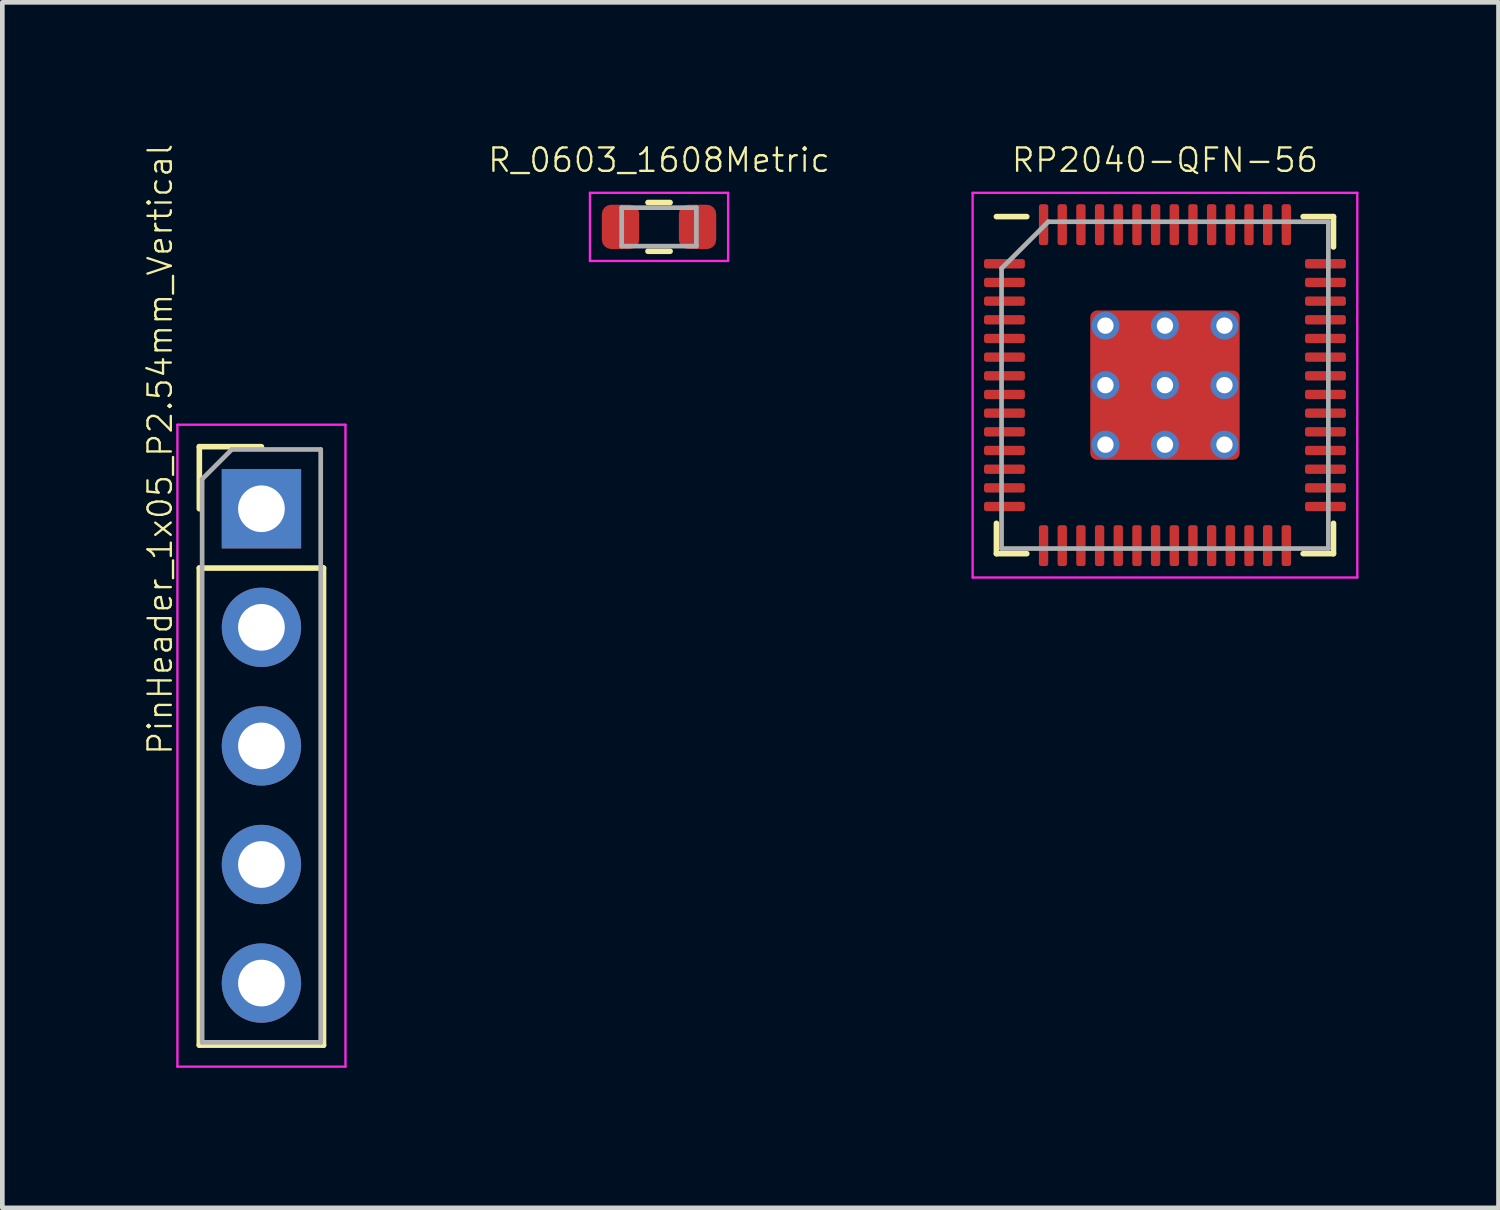
<source format=kicad_pcb>
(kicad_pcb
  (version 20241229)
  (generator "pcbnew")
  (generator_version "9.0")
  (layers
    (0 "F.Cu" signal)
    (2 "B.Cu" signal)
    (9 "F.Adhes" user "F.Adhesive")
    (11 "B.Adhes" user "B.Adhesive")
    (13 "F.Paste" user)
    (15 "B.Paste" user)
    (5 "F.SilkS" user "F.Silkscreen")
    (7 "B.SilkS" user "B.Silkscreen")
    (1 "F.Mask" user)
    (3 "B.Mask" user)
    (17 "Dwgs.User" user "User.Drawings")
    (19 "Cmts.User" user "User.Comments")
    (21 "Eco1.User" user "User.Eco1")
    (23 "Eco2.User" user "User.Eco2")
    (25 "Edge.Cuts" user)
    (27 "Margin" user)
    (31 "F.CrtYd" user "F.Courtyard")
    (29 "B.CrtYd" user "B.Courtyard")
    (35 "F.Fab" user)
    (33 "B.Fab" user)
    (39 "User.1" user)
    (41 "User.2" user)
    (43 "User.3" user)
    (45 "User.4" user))
  (footprint "RP2040-QFN-56"
    (layer "F.Cu")
    (at 21.904 5.2)
    (property "Reference" "RP2040-QFN-56" (at 0 -4.82 0) (layer "F.SilkS") (effects (font (size 0.5 0.5) (thickness 0.05))))
    (attr smd)
    (fp_line (start -3.61 3.61) (end -3.61 2.96) (stroke (width 0.12) (type solid)) (layer "F.SilkS"))
    (fp_line (start -2.96 -3.61) (end -3.61 -3.61) (stroke (width 0.12) (type solid)) (layer "F.SilkS"))
    (fp_line (start -2.96 3.61) (end -3.61 3.61) (stroke (width 0.12) (type solid)) (layer "F.SilkS"))
    (fp_line (start 2.96 -3.61) (end 3.61 -3.61) (stroke (width 0.12) (type solid)) (layer "F.SilkS"))
    (fp_line (start 2.96 3.61) (end 3.61 3.61) (stroke (width 0.12) (type solid)) (layer "F.SilkS"))
    (fp_line (start 3.61 -3.61) (end 3.61 -2.96) (stroke (width 0.12) (type solid)) (layer "F.SilkS"))
    (fp_line (start 3.61 3.61) (end 3.61 2.96) (stroke (width 0.12) (type solid)) (layer "F.SilkS"))
    (fp_line (start -4.12 -4.12) (end -4.12 4.12) (stroke (width 0.05) (type solid)) (layer "F.CrtYd"))
    (fp_line (start -4.12 4.12) (end 4.12 4.12) (stroke (width 0.05) (type solid)) (layer "F.CrtYd"))
    (fp_line (start 4.12 -4.12) (end -4.12 -4.12) (stroke (width 0.05) (type solid)) (layer "F.CrtYd"))
    (fp_line (start 4.12 4.12) (end 4.12 -4.12) (stroke (width 0.05) (type solid)) (layer "F.CrtYd"))
    (fp_line (start -3.5 -2.5) (end -2.5 -3.5) (stroke (width 0.1) (type solid)) (layer "F.Fab"))
    (fp_line (start -3.5 3.5) (end -3.5 -2.5) (stroke (width 0.1) (type solid)) (layer "F.Fab"))
    (fp_line (start -2.5 -3.5) (end 3.5 -3.5) (stroke (width 0.1) (type solid)) (layer "F.Fab"))
    (fp_line (start 3.5 -3.5) (end 3.5 3.5) (stroke (width 0.1) (type solid)) (layer "F.Fab"))
    (fp_line (start 3.5 3.5) (end -3.5 3.5) (stroke (width 0.1) (type solid)) (layer "F.Fab"))
    (pad "" smd roundrect (at -0.637 -0.637) (size 1.084 1.084) (layers "F.Paste") (roundrect_rratio 0.231))
    (pad "" smd roundrect (at -0.637 0.637) (size 1.084 1.084) (layers "F.Paste") (roundrect_rratio 0.231))
    (pad "" smd roundrect (at 0.637 -0.637) (size 1.084 1.084) (layers "F.Paste") (roundrect_rratio 0.231))
    (pad "" smd roundrect (at 0.637 0.637) (size 1.084 1.084) (layers "F.Paste") (roundrect_rratio 0.231))
    (pad "1" smd roundrect (at -3.438 -2.6) (size 0.875 0.2) (layers "F.Cu" "F.Mask" "F.Paste") (roundrect_rratio 0.25))
    (pad "2" smd roundrect (at -3.438 -2.2) (size 0.875 0.2) (layers "F.Cu" "F.Mask" "F.Paste") (roundrect_rratio 0.25))
    (pad "3" smd roundrect (at -3.438 -1.8) (size 0.875 0.2) (layers "F.Cu" "F.Mask" "F.Paste") (roundrect_rratio 0.25))
    (pad "4" smd roundrect (at -3.438 -1.4) (size 0.875 0.2) (layers "F.Cu" "F.Mask" "F.Paste") (roundrect_rratio 0.25))
    (pad "5" smd roundrect (at -3.438 -1) (size 0.875 0.2) (layers "F.Cu" "F.Mask" "F.Paste") (roundrect_rratio 0.25))
    (pad "6" smd roundrect (at -3.438 -0.6) (size 0.875 0.2) (layers "F.Cu" "F.Mask" "F.Paste") (roundrect_rratio 0.25))
    (pad "7" smd roundrect (at -3.438 -0.2) (size 0.875 0.2) (layers "F.Cu" "F.Mask" "F.Paste") (roundrect_rratio 0.25))
    (pad "8" smd roundrect (at -3.438 0.2) (size 0.875 0.2) (layers "F.Cu" "F.Mask" "F.Paste") (roundrect_rratio 0.25))
    (pad "9" smd roundrect (at -3.438 0.6) (size 0.875 0.2) (layers "F.Cu" "F.Mask" "F.Paste") (roundrect_rratio 0.25))
    (pad "10" smd roundrect (at -3.438 1) (size 0.875 0.2) (layers "F.Cu" "F.Mask" "F.Paste") (roundrect_rratio 0.25))
    (pad "11" smd roundrect (at -3.438 1.4) (size 0.875 0.2) (layers "F.Cu" "F.Mask" "F.Paste") (roundrect_rratio 0.25))
    (pad "12" smd roundrect (at -3.438 1.8) (size 0.875 0.2) (layers "F.Cu" "F.Mask" "F.Paste") (roundrect_rratio 0.25))
    (pad "13" smd roundrect (at -3.438 2.2) (size 0.875 0.2) (layers "F.Cu" "F.Mask" "F.Paste") (roundrect_rratio 0.25))
    (pad "14" smd roundrect (at -3.438 2.6) (size 0.875 0.2) (layers "F.Cu" "F.Mask" "F.Paste") (roundrect_rratio 0.25))
    (pad "15" smd roundrect (at -2.6 3.438) (size 0.2 0.875) (layers "F.Cu" "F.Mask" "F.Paste") (roundrect_rratio 0.25))
    (pad "16" smd roundrect (at -2.2 3.438) (size 0.2 0.875) (layers "F.Cu" "F.Mask" "F.Paste") (roundrect_rratio 0.25))
    (pad "17" smd roundrect (at -1.8 3.438) (size 0.2 0.875) (layers "F.Cu" "F.Mask" "F.Paste") (roundrect_rratio 0.25))
    (pad "18" smd roundrect (at -1.4 3.438) (size 0.2 0.875) (layers "F.Cu" "F.Mask" "F.Paste") (roundrect_rratio 0.25))
    (pad "19" smd roundrect (at -1 3.438) (size 0.2 0.875) (layers "F.Cu" "F.Mask" "F.Paste") (roundrect_rratio 0.25))
    (pad "20" smd roundrect (at -0.6 3.438) (size 0.2 0.875) (layers "F.Cu" "F.Mask" "F.Paste") (roundrect_rratio 0.25))
    (pad "21" smd roundrect (at -0.2 3.438) (size 0.2 0.875) (layers "F.Cu" "F.Mask" "F.Paste") (roundrect_rratio 0.25))
    (pad "22" smd roundrect (at 0.2 3.438) (size 0.2 0.875) (layers "F.Cu" "F.Mask" "F.Paste") (roundrect_rratio 0.25))
    (pad "23" smd roundrect (at 0.6 3.438) (size 0.2 0.875) (layers "F.Cu" "F.Mask" "F.Paste") (roundrect_rratio 0.25))
    (pad "24" smd roundrect (at 1 3.438) (size 0.2 0.875) (layers "F.Cu" "F.Mask" "F.Paste") (roundrect_rratio 0.25))
    (pad "25" smd roundrect (at 1.4 3.438) (size 0.2 0.875) (layers "F.Cu" "F.Mask" "F.Paste") (roundrect_rratio 0.25))
    (pad "26" smd roundrect (at 1.8 3.438) (size 0.2 0.875) (layers "F.Cu" "F.Mask" "F.Paste") (roundrect_rratio 0.25))
    (pad "27" smd roundrect (at 2.2 3.438) (size 0.2 0.875) (layers "F.Cu" "F.Mask" "F.Paste") (roundrect_rratio 0.25))
    (pad "28" smd roundrect (at 2.6 3.438) (size 0.2 0.875) (layers "F.Cu" "F.Mask" "F.Paste") (roundrect_rratio 0.25))
    (pad "29" smd roundrect (at 3.438 2.6) (size 0.875 0.2) (layers "F.Cu" "F.Mask" "F.Paste") (roundrect_rratio 0.25))
    (pad "30" smd roundrect (at 3.438 2.2) (size 0.875 0.2) (layers "F.Cu" "F.Mask" "F.Paste") (roundrect_rratio 0.25))
    (pad "31" smd roundrect (at 3.438 1.8) (size 0.875 0.2) (layers "F.Cu" "F.Mask" "F.Paste") (roundrect_rratio 0.25))
    (pad "32" smd roundrect (at 3.438 1.4) (size 0.875 0.2) (layers "F.Cu" "F.Mask" "F.Paste") (roundrect_rratio 0.25))
    (pad "33" smd roundrect (at 3.438 1) (size 0.875 0.2) (layers "F.Cu" "F.Mask" "F.Paste") (roundrect_rratio 0.25))
    (pad "34" smd roundrect (at 3.438 0.6) (size 0.875 0.2) (layers "F.Cu" "F.Mask" "F.Paste") (roundrect_rratio 0.25))
    (pad "35" smd roundrect (at 3.438 0.2) (size 0.875 0.2) (layers "F.Cu" "F.Mask" "F.Paste") (roundrect_rratio 0.25))
    (pad "36" smd roundrect (at 3.438 -0.2) (size 0.875 0.2) (layers "F.Cu" "F.Mask" "F.Paste") (roundrect_rratio 0.25))
    (pad "37" smd roundrect (at 3.438 -0.6) (size 0.875 0.2) (layers "F.Cu" "F.Mask" "F.Paste") (roundrect_rratio 0.25))
    (pad "38" smd roundrect (at 3.438 -1) (size 0.875 0.2) (layers "F.Cu" "F.Mask" "F.Paste") (roundrect_rratio 0.25))
    (pad "39" smd roundrect (at 3.438 -1.4) (size 0.875 0.2) (layers "F.Cu" "F.Mask" "F.Paste") (roundrect_rratio 0.25))
    (pad "40" smd roundrect (at 3.438 -1.8) (size 0.875 0.2) (layers "F.Cu" "F.Mask" "F.Paste") (roundrect_rratio 0.25))
    (pad "41" smd roundrect (at 3.438 -2.2) (size 0.875 0.2) (layers "F.Cu" "F.Mask" "F.Paste") (roundrect_rratio 0.25))
    (pad "42" smd roundrect (at 3.438 -2.6) (size 0.875 0.2) (layers "F.Cu" "F.Mask" "F.Paste") (roundrect_rratio 0.25))
    (pad "43" smd roundrect (at 2.6 -3.438) (size 0.2 0.875) (layers "F.Cu" "F.Mask" "F.Paste") (roundrect_rratio 0.25))
    (pad "44" smd roundrect (at 2.2 -3.438) (size 0.2 0.875) (layers "F.Cu" "F.Mask" "F.Paste") (roundrect_rratio 0.25))
    (pad "45" smd roundrect (at 1.8 -3.438) (size 0.2 0.875) (layers "F.Cu" "F.Mask" "F.Paste") (roundrect_rratio 0.25))
    (pad "46" smd roundrect (at 1.4 -3.438) (size 0.2 0.875) (layers "F.Cu" "F.Mask" "F.Paste") (roundrect_rratio 0.25))
    (pad "47" smd roundrect (at 1 -3.438) (size 0.2 0.875) (layers "F.Cu" "F.Mask" "F.Paste") (roundrect_rratio 0.25))
    (pad "48" smd roundrect (at 0.6 -3.438) (size 0.2 0.875) (layers "F.Cu" "F.Mask" "F.Paste") (roundrect_rratio 0.25))
    (pad "49" smd roundrect (at 0.2 -3.438) (size 0.2 0.875) (layers "F.Cu" "F.Mask" "F.Paste") (roundrect_rratio 0.25))
    (pad "50" smd roundrect (at -0.2 -3.438) (size 0.2 0.875) (layers "F.Cu" "F.Mask" "F.Paste") (roundrect_rratio 0.25))
    (pad "51" smd roundrect (at -0.6 -3.438) (size 0.2 0.875) (layers "F.Cu" "F.Mask" "F.Paste") (roundrect_rratio 0.25))
    (pad "52" smd roundrect (at -1 -3.438) (size 0.2 0.875) (layers "F.Cu" "F.Mask" "F.Paste") (roundrect_rratio 0.25))
    (pad "53" smd roundrect (at -1.4 -3.438) (size 0.2 0.875) (layers "F.Cu" "F.Mask" "F.Paste") (roundrect_rratio 0.25))
    (pad "54" smd roundrect (at -1.8 -3.438) (size 0.2 0.875) (layers "F.Cu" "F.Mask" "F.Paste") (roundrect_rratio 0.25))
    (pad "55" smd roundrect (at -2.2 -3.438) (size 0.2 0.875) (layers "F.Cu" "F.Mask" "F.Paste") (roundrect_rratio 0.25))
    (pad "56" smd roundrect (at -2.6 -3.438) (size 0.2 0.875) (layers "F.Cu" "F.Mask" "F.Paste") (roundrect_rratio 0.25))
    (pad "57" thru_hole circle (at -1.275 -1.275) (size 0.6 0.6) (drill 0.35) (layers "*.Cu"))
    (pad "57" thru_hole circle (at -1.275 0) (size 0.6 0.6) (drill 0.35) (layers "*.Cu"))
    (pad "57" thru_hole circle (at -1.275 1.275) (size 0.6 0.6) (drill 0.35) (layers "*.Cu"))
    (pad "57" thru_hole circle (at 0 -1.275) (size 0.6 0.6) (drill 0.35) (layers "*.Cu"))
    (pad "57" thru_hole circle (at 0 0) (size 0.6 0.6) (drill 0.35) (layers "*.Cu"))
    (pad "57" smd roundrect (at 0 0) (size 3.2 3.2) (layers "F.Cu" "F.Mask") (roundrect_rratio 0.045))
    (pad "57" thru_hole circle (at 0 1.275) (size 0.6 0.6) (drill 0.35) (layers "*.Cu"))
    (pad "57" thru_hole circle (at 1.275 -1.275) (size 0.6 0.6) (drill 0.35) (layers "*.Cu"))
    (pad "57" thru_hole circle (at 1.275 0) (size 0.6 0.6) (drill 0.35) (layers "*.Cu"))
    (pad "57" thru_hole circle (at 1.275 1.275) (size 0.6 0.6) (drill 0.35) (layers "*.Cu")))
  (footprint "PinHeader_1x05_P2.54mm_Vertical"
    (layer "F.Cu")
    (at 2.55 7.848)
    (property "Reference" "PinHeader_1x05_P2.54mm_Vertical" (at -2.17 -1.275 90) (layer "F.SilkS") (effects (font (size 0.5 0.5) (thickness 0.05))))
    (attr through_hole exclude_from_bom)
    (fp_line (start -1.33 -1.33) (end 0 -1.33) (stroke (width 0.12) (type solid)) (layer "F.SilkS"))
    (fp_line (start -1.33 0) (end -1.33 -1.33) (stroke (width 0.12) (type solid)) (layer "F.SilkS"))
    (fp_line (start -1.33 1.27) (end -1.33 11.49) (stroke (width 0.12) (type solid)) (layer "F.SilkS"))
    (fp_line (start -1.33 1.27) (end 1.33 1.27) (stroke (width 0.12) (type solid)) (layer "F.SilkS"))
    (fp_line (start -1.33 11.49) (end 1.33 11.49) (stroke (width 0.12) (type solid)) (layer "F.SilkS"))
    (fp_line (start 1.33 1.27) (end 1.33 11.49) (stroke (width 0.12) (type solid)) (layer "F.SilkS"))
    (fp_line (start -1.8 -1.8) (end -1.8 11.95) (stroke (width 0.05) (type solid)) (layer "F.CrtYd"))
    (fp_line (start -1.8 11.95) (end 1.8 11.95) (stroke (width 0.05) (type solid)) (layer "F.CrtYd"))
    (fp_line (start 1.8 -1.8) (end -1.8 -1.8) (stroke (width 0.05) (type solid)) (layer "F.CrtYd"))
    (fp_line (start 1.8 11.95) (end 1.8 -1.8) (stroke (width 0.05) (type solid)) (layer "F.CrtYd"))
    (fp_line (start -1.27 -0.635) (end -0.635 -1.27) (stroke (width 0.1) (type solid)) (layer "F.Fab"))
    (fp_line (start -1.27 11.43) (end -1.27 -0.635) (stroke (width 0.1) (type solid)) (layer "F.Fab"))
    (fp_line (start -0.635 -1.27) (end 1.27 -1.27) (stroke (width 0.1) (type solid)) (layer "F.Fab"))
    (fp_line (start 1.27 -1.27) (end 1.27 11.43) (stroke (width 0.1) (type solid)) (layer "F.Fab"))
    (fp_line (start 1.27 11.43) (end -1.27 11.43) (stroke (width 0.1) (type solid)) (layer "F.Fab"))
    (pad "1" thru_hole rect (at 0 0) (size 1.7 1.7) (drill 1) (layers "*.Cu" "*.Mask"))
    (pad "2" thru_hole oval (at 0 2.54) (size 1.7 1.7) (drill 1) (layers "*.Cu" "*.Mask"))
    (pad "3" thru_hole oval (at 0 5.08) (size 1.7 1.7) (drill 1) (layers "*.Cu" "*.Mask"))
    (pad "4" thru_hole oval (at 0 7.62) (size 1.7 1.7) (drill 1) (layers "*.Cu" "*.Mask"))
    (pad "5" thru_hole oval (at 0 10.16) (size 1.7 1.7) (drill 1) (layers "*.Cu" "*.Mask")))
  (footprint "R_0603_1608Metric"
    (layer "F.Cu")
    (at 11.067 1.81)
    (property "Reference" "R_0603_1608Metric" (at 0 -1.43 0) (layer "F.SilkS") (effects (font (size 0.5 0.5) (thickness 0.05))))
    (attr smd)
    (fp_line (start -0.237 -0.522) (end 0.237 -0.522) (stroke (width 0.12) (type solid)) (layer "F.SilkS"))
    (fp_line (start -0.237 0.522) (end 0.237 0.522) (stroke (width 0.12) (type solid)) (layer "F.SilkS"))
    (fp_line (start -1.48 -0.73) (end 1.48 -0.73) (stroke (width 0.05) (type solid)) (layer "F.CrtYd"))
    (fp_line (start -1.48 0.73) (end -1.48 -0.73) (stroke (width 0.05) (type solid)) (layer "F.CrtYd"))
    (fp_line (start 1.48 -0.73) (end 1.48 0.73) (stroke (width 0.05) (type solid)) (layer "F.CrtYd"))
    (fp_line (start 1.48 0.73) (end -1.48 0.73) (stroke (width 0.05) (type solid)) (layer "F.CrtYd"))
    (fp_line (start -0.8 -0.412) (end 0.8 -0.412) (stroke (width 0.1) (type solid)) (layer "F.Fab"))
    (fp_line (start -0.8 0.412) (end -0.8 -0.412) (stroke (width 0.1) (type solid)) (layer "F.Fab"))
    (fp_line (start 0.8 -0.412) (end 0.8 0.412) (stroke (width 0.1) (type solid)) (layer "F.Fab"))
    (fp_line (start 0.8 0.412) (end -0.8 0.412) (stroke (width 0.1) (type solid)) (layer "F.Fab"))
    (pad "1" smd roundrect (at -0.825 0) (size 0.8 0.95) (layers "F.Cu" "F.Mask" "F.Paste") (roundrect_rratio 0.25))
    (pad "2" smd roundrect (at 0.825 0) (size 0.8 0.95) (layers "F.Cu" "F.Mask" "F.Paste") (roundrect_rratio 0.25)))
  (gr_rect
    (start -3 -3)
    (end 29.049 22.823)
    (stroke (width 0.1) (type default))
    (fill no)
    (layer "Edge.Cuts")))
</source>
